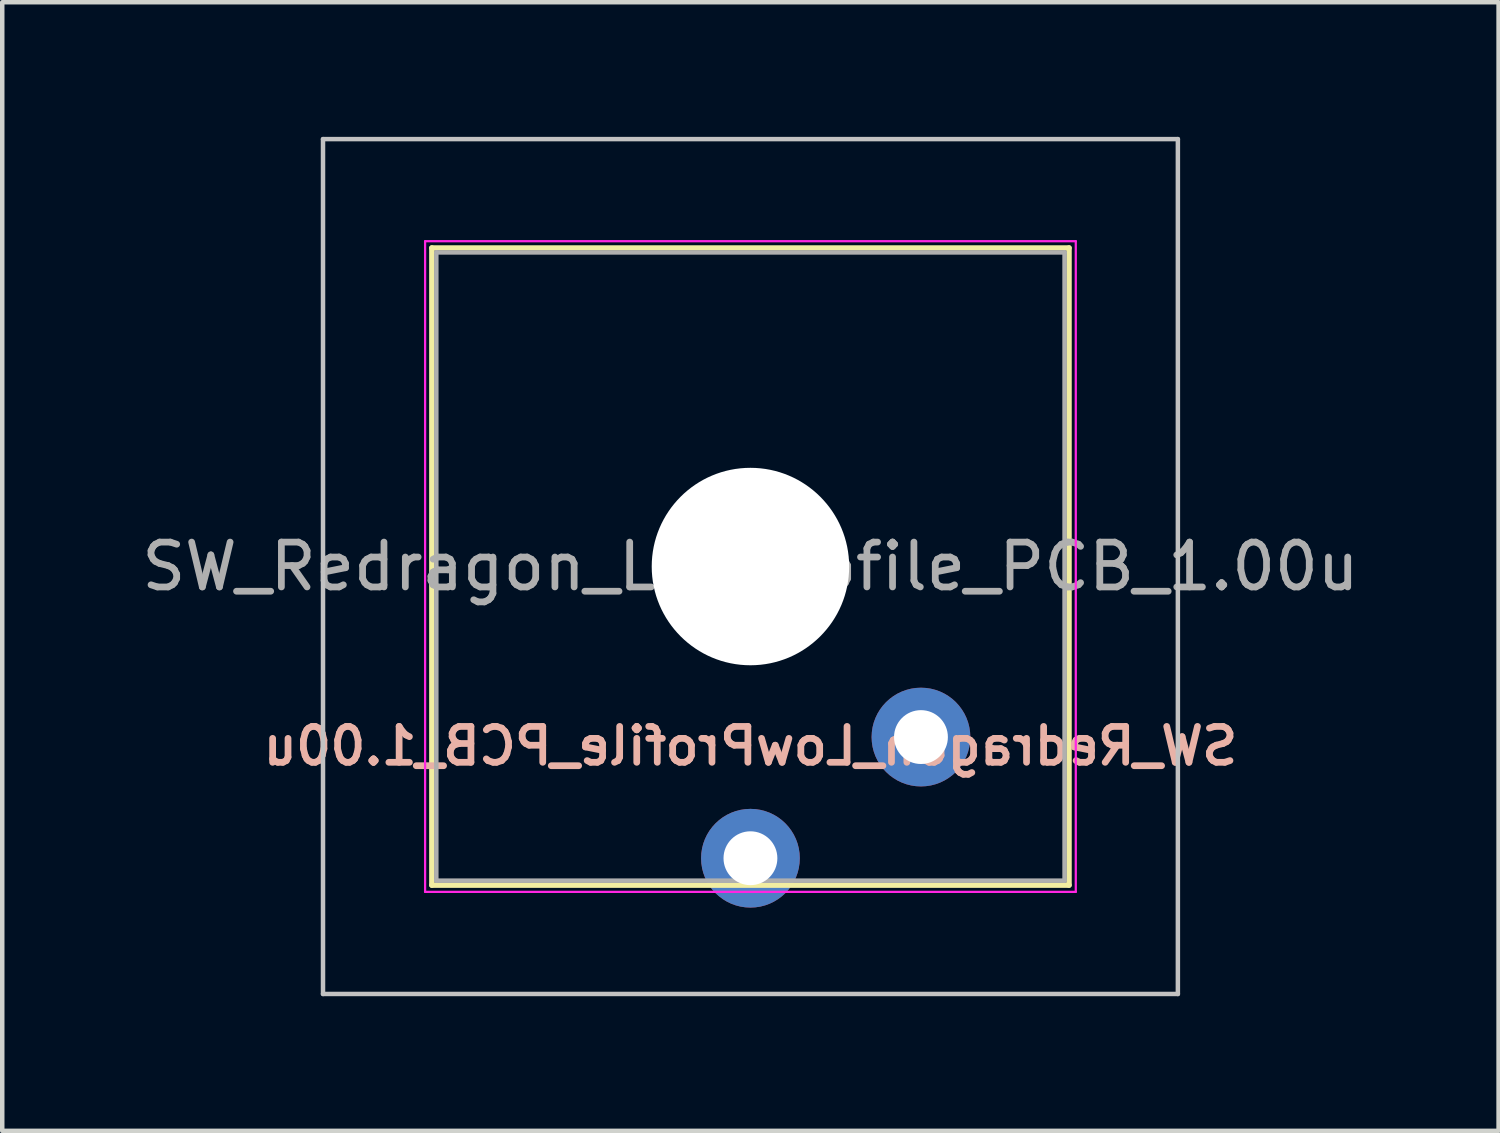
<source format=kicad_pcb>
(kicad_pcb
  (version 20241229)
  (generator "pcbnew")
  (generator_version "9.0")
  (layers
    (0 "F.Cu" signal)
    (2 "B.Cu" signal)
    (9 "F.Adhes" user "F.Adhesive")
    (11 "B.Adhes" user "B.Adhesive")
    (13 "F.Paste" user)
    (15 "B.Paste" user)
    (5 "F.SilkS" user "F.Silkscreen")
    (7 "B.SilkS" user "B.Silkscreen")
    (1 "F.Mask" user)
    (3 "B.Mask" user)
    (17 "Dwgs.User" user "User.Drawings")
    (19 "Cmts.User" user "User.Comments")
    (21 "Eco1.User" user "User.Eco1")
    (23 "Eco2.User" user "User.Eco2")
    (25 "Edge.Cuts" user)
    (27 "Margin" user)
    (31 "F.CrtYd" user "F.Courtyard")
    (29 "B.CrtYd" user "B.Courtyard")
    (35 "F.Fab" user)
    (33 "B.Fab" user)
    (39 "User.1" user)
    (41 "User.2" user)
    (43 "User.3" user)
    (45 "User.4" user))
  (footprint "SW_Redragon_LowProfile_PCB_1.00u"
    (layer "F.Cu")
    (at 13.673 9.575)
    (property "Reference" "SW_Redragon_LowProfile_PCB_1.00u" (at 0 4 0) (layer "B.SilkS") (effects (font (size 0.8 0.8) (thickness 0.15)) (justify mirror)))
    (attr through_hole)
    (fp_line (start -7.1 -7.1) (end -7.1 7.1) (stroke (width 0.12) (type solid)) (layer "F.SilkS"))
    (fp_line (start -7.1 7.1) (end 7.1 7.1) (stroke (width 0.12) (type solid)) (layer "F.SilkS"))
    (fp_line (start 7.1 -7.1) (end -7.1 -7.1) (stroke (width 0.12) (type solid)) (layer "F.SilkS"))
    (fp_line (start 7.1 7.1) (end 7.1 -7.1) (stroke (width 0.12) (type solid)) (layer "F.SilkS"))
    (fp_line (start -9.525 -9.525) (end -9.525 9.525) (stroke (width 0.1) (type solid)) (layer "Dwgs.User"))
    (fp_line (start -9.525 9.525) (end 9.525 9.525) (stroke (width 0.1) (type solid)) (layer "Dwgs.User"))
    (fp_line (start 9.525 -9.525) (end -9.525 -9.525) (stroke (width 0.1) (type solid)) (layer "Dwgs.User"))
    (fp_line (start 9.525 9.525) (end 9.525 -9.525) (stroke (width 0.1) (type solid)) (layer "Dwgs.User"))
    (fp_line (start -7 -7) (end -7 7) (stroke (width 0.1) (type solid)) (layer "Eco1.User"))
    (fp_line (start -7 7) (end 7 7) (stroke (width 0.1) (type solid)) (layer "Eco1.User"))
    (fp_line (start 7 -7) (end -7 -7) (stroke (width 0.1) (type solid)) (layer "Eco1.User"))
    (fp_line (start 7 7) (end 7 -7) (stroke (width 0.1) (type solid)) (layer "Eco1.User"))
    (fp_line (start -7.25 -7.25) (end -7.25 7.25) (stroke (width 0.05) (type solid)) (layer "F.CrtYd"))
    (fp_line (start -7.25 7.25) (end 7.25 7.25) (stroke (width 0.05) (type solid)) (layer "F.CrtYd"))
    (fp_line (start 7.25 -7.25) (end -7.25 -7.25) (stroke (width 0.05) (type solid)) (layer "F.CrtYd"))
    (fp_line (start 7.25 7.25) (end 7.25 -7.25) (stroke (width 0.05) (type solid)) (layer "F.CrtYd"))
    (fp_line (start -7 -7) (end -7 7) (stroke (width 0.1) (type solid)) (layer "F.Fab"))
    (fp_line (start -7 7) (end 7 7) (stroke (width 0.1) (type solid)) (layer "F.Fab"))
    (fp_line (start 7 -7) (end -7 -7) (stroke (width 0.1) (type solid)) (layer "F.Fab"))
    (fp_line (start 7 7) (end 7 -7) (stroke (width 0.1) (type solid)) (layer "F.Fab"))
    (fp_text user "${REFERENCE}" (at 0 0 0) (layer "F.Fab") (effects (font (size 1 1) (thickness 0.15))))
    (pad "" np_thru_hole circle (at 0 0) (size 4.4 4.4) (drill 4.4) (layers "*.Cu" "*.Mask"))
    (pad "1" thru_hole circle (at 3.8 3.8) (size 2.2 2.2) (drill 1.2) (layers "*.Cu" "B.Mask"))
    (pad "2" thru_hole circle (at 0 6.5) (size 2.2 2.2) (drill 1.2) (layers "*.Cu" "B.Mask")))
  (gr_rect
    (start -3 -3)
    (end 30.345 22.15)
    (stroke (width 0.1) (type default))
    (fill no)
    (layer "Edge.Cuts")))
</source>
